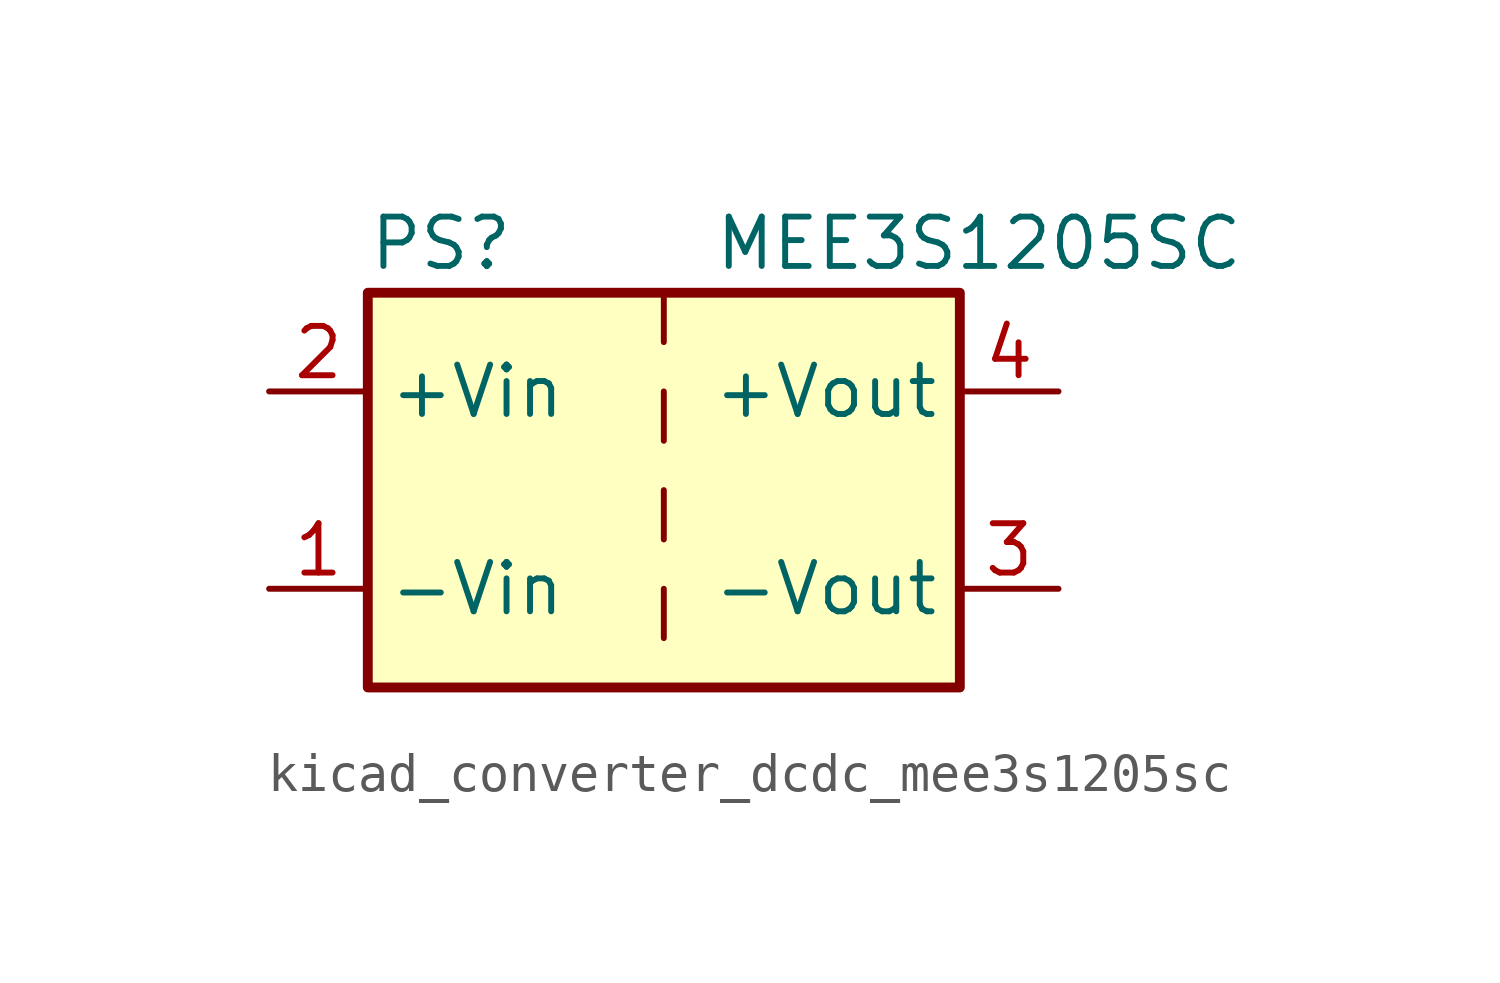
<source format=kicad_sym>
(kicad_symbol_lib
  (version 20220914)
  (generator kicad_symbol_editor)
  (symbol "kicad_converter_dcdc_mee3s1205sc"
    (property "Reference" "PS"
      (at -7.62 6.35 0)
      (effects (font (size 1.27 1.27)) (justify left)))
    (property "Value" "MEE3S1205SC"
      (at 1.27 6.35 0)
      (effects (font (size 1.27 1.27)) (justify left)))
    (symbol "kicad_converter_dcdc_mee3s1205sc_0_0"
      (pin power_in line (at -10.16 -2.54 0) (length 2.54) (name "-Vin" (effects (font (size 1.27 1.27)))) (number "1" (effects (font (size 1.27 1.27)))))
      (pin power_in line (at -10.16 2.54 0) (length 2.54) (name "+Vin" (effects (font (size 1.27 1.27)))) (number "2" (effects (font (size 1.27 1.27)))))
      (pin power_out line (at 10.16 -2.54 180) (length 2.54) (name "-Vout" (effects (font (size 1.27 1.27)))) (number "3" (effects (font (size 1.27 1.27)))))
      (pin power_out line (at 10.16 2.54 180) (length 2.54) (name "+Vout" (effects (font (size 1.27 1.27)))) (number "4" (effects (font (size 1.27 1.27))))))
    (symbol "kicad_converter_dcdc_mee3s1205sc_0_1"
      (rectangle (start -7.62 5.08) (end 7.62 -5.08) (stroke (width 0.254) (type default)) (fill (type background)))
      (polyline (pts (xy 0 -2.54) (xy 0 -3.81)) (stroke (width 0) (type default)) (fill (type none)))
      (polyline (pts (xy 0 0) (xy 0 -1.27)) (stroke (width 0) (type default)) (fill (type none)))
      (polyline (pts (xy 0 2.54) (xy 0 1.27)) (stroke (width 0) (type default)) (fill (type none)))
      (polyline (pts (xy 0 5.08) (xy 0 3.81)) (stroke (width 0) (type default)) (fill (type none))))))
</source>
